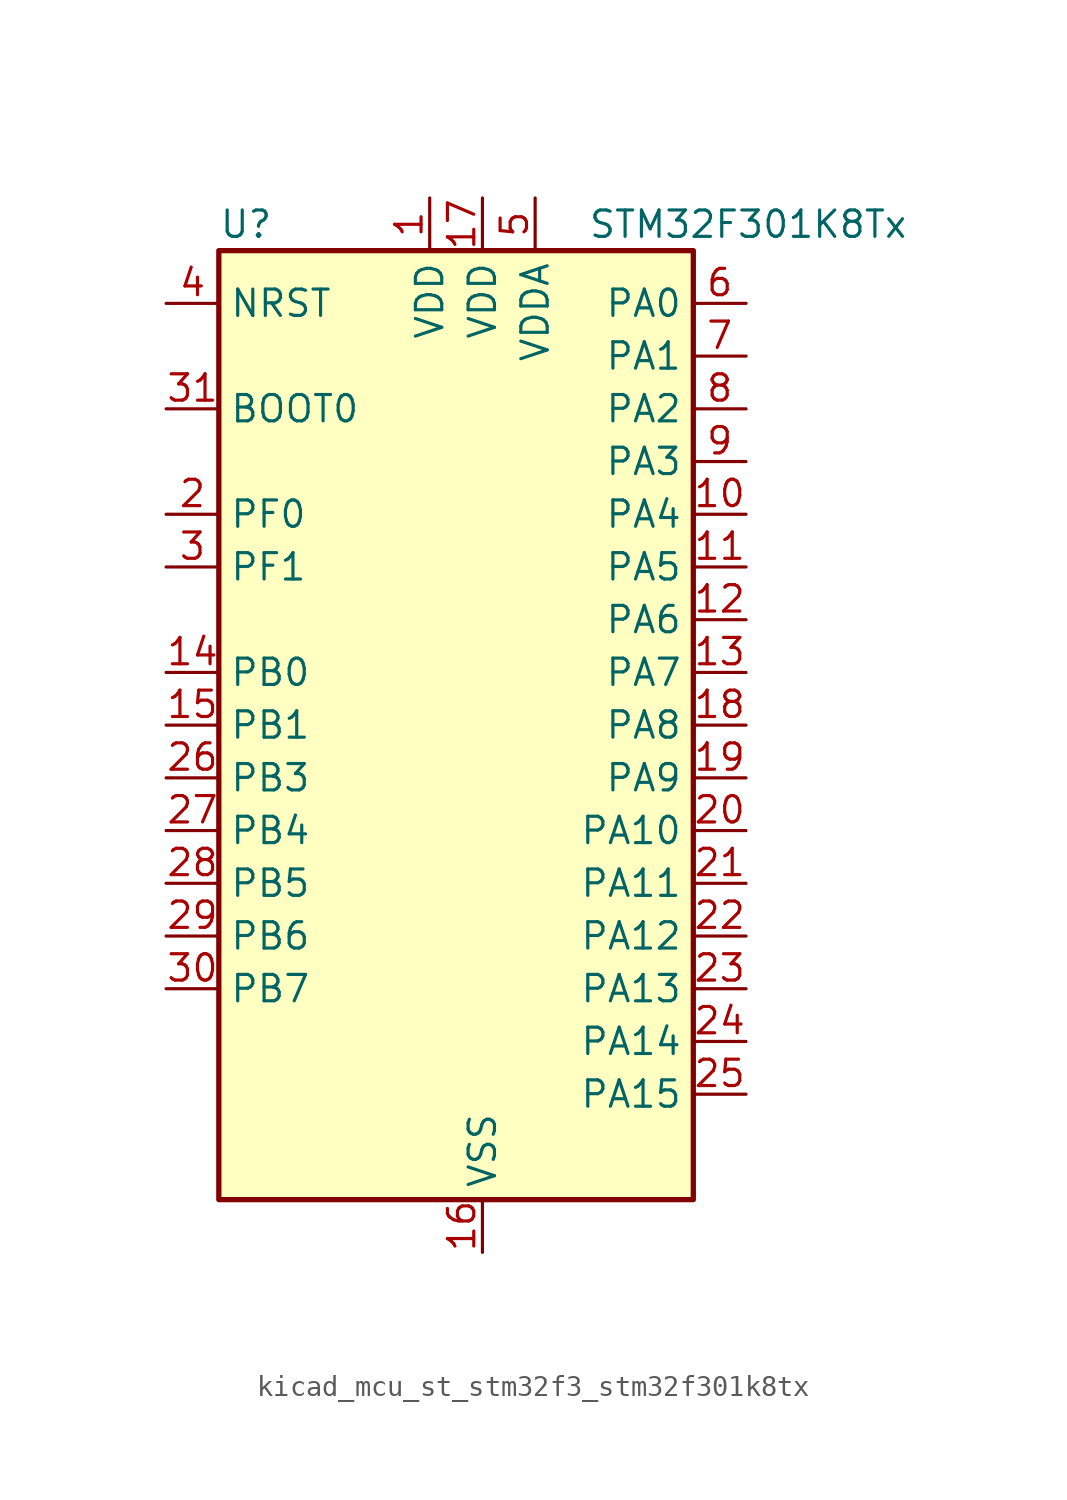
<source format=kicad_sym>
(kicad_symbol_lib
  (version 20220914)
  (generator kicad_symbol_editor)
  (symbol "kicad_mcu_st_stm32f3_stm32f301k8tx"
    (property "Reference" "U"
      (at -10.16 24.13 0)
      (effects (font (size 1.27 1.27)) (justify left)))
    (property "Value" "STM32F301K8Tx"
      (at 7.62 24.13 0)
      (effects (font (size 1.27 1.27)) (justify left)))
    (property "ki_locked" ""
      (at 0 0 0)
      (effects (font (size 1.27 1.27))))
    (symbol "kicad_mcu_st_stm32f3_stm32f301k8tx_0_1"
      (rectangle (start -10.16 -22.86) (end 12.7 22.86) (stroke (width 0.254) (type default)) (fill (type background))))
    (symbol "kicad_mcu_st_stm32f3_stm32f301k8tx_1_1"
      (pin power_in line (at 0 25.4 270) (length 2.54) (name "VDD" (effects (font (size 1.27 1.27)))) (number "1" (effects (font (size 1.27 1.27)))))
      (pin bidirectional line (at 15.24 10.16 180) (length 2.54) (name "PA4" (effects (font (size 1.27 1.27)))) (number "10" (effects (font (size 1.27 1.27)))) (alternate "ADC1_IN5" bidirectional line) (alternate "COMP2_INM" bidirectional line) (alternate "COMP4_INM" bidirectional line) (alternate "DAC_OUT1" bidirectional line) (alternate "I2S3_WS" bidirectional line) (alternate "SPI3_NSS" bidirectional line) (alternate "TSC_G2_IO1" bidirectional line) (alternate "USART2_CK" bidirectional line))
      (pin bidirectional line (at 15.24 7.62 180) (length 2.54) (name "PA5" (effects (font (size 1.27 1.27)))) (number "11" (effects (font (size 1.27 1.27)))) (alternate "OPAMP2_VINM" bidirectional line) (alternate "OPAMP2_VINM_SEC" bidirectional line) (alternate "TIM2_CH1" bidirectional line) (alternate "TIM2_ETR" bidirectional line) (alternate "TSC_G2_IO2" bidirectional line))
      (pin bidirectional line (at 15.24 5.08 180) (length 2.54) (name "PA6" (effects (font (size 1.27 1.27)))) (number "12" (effects (font (size 1.27 1.27)))) (alternate "ADC1_IN10" bidirectional line) (alternate "OPAMP2_VOUT" bidirectional line) (alternate "TIM16_CH1" bidirectional line) (alternate "TIM1_BKIN" bidirectional line) (alternate "TSC_G2_IO3" bidirectional line))
      (pin bidirectional line (at 15.24 2.54 180) (length 2.54) (name "PA7" (effects (font (size 1.27 1.27)))) (number "13" (effects (font (size 1.27 1.27)))) (alternate "ADC1_IN15" bidirectional line) (alternate "COMP2_INP" bidirectional line) (alternate "OPAMP2_VINP" bidirectional line) (alternate "OPAMP2_VINP_SEC" bidirectional line) (alternate "TIM17_CH1" bidirectional line) (alternate "TIM1_CH1N" bidirectional line) (alternate "TSC_G2_IO4" bidirectional line))
      (pin bidirectional line (at -12.7 2.54 0) (length 2.54) (name "PB0" (effects (font (size 1.27 1.27)))) (number "14" (effects (font (size 1.27 1.27)))) (alternate "ADC1_IN11" bidirectional line) (alternate "COMP4_INP" bidirectional line) (alternate "OPAMP2_VINP" bidirectional line) (alternate "OPAMP2_VINP_SEC" bidirectional line) (alternate "TIM1_CH2N" bidirectional line) (alternate "TSC_G3_IO2" bidirectional line))
      (pin bidirectional line (at -12.7 0 0) (length 2.54) (name "PB1" (effects (font (size 1.27 1.27)))) (number "15" (effects (font (size 1.27 1.27)))) (alternate "ADC1_IN12" bidirectional line) (alternate "COMP4_OUT" bidirectional line) (alternate "TIM1_CH3N" bidirectional line) (alternate "TSC_G3_IO3" bidirectional line))
      (pin power_in line (at 2.54 -25.4 90) (length 2.54) (name "VSS" (effects (font (size 1.27 1.27)))) (number "16" (effects (font (size 1.27 1.27)))))
      (pin power_in line (at 2.54 25.4 270) (length 2.54) (name "VDD" (effects (font (size 1.27 1.27)))) (number "17" (effects (font (size 1.27 1.27)))))
      (pin bidirectional line (at 15.24 0 180) (length 2.54) (name "PA8" (effects (font (size 1.27 1.27)))) (number "18" (effects (font (size 1.27 1.27)))) (alternate "I2C2_SMBA" bidirectional line) (alternate "I2C3_SCL" bidirectional line) (alternate "I2S2_MCK" bidirectional line) (alternate "RCC_MCO" bidirectional line) (alternate "TIM1_CH1" bidirectional line) (alternate "USART1_CK" bidirectional line))
      (pin bidirectional line (at 15.24 -2.54 180) (length 2.54) (name "PA9" (effects (font (size 1.27 1.27)))) (number "19" (effects (font (size 1.27 1.27)))) (alternate "DAC_EXTI9" bidirectional line) (alternate "I2C2_SCL" bidirectional line) (alternate "I2C3_SMBA" bidirectional line) (alternate "I2S3_MCK" bidirectional line) (alternate "TIM15_BKIN" bidirectional line) (alternate "TIM1_CH2" bidirectional line) (alternate "TIM2_CH3" bidirectional line) (alternate "TSC_G4_IO1" bidirectional line) (alternate "USART1_TX" bidirectional line))
      (pin bidirectional line (at -12.7 10.16 0) (length 2.54) (name "PF0" (effects (font (size 1.27 1.27)))) (number "2" (effects (font (size 1.27 1.27)))) (alternate "I2C2_SDA" bidirectional line) (alternate "I2S2_WS" bidirectional line) (alternate "RCC_OSC_IN" bidirectional line) (alternate "SPI2_NSS" bidirectional line) (alternate "TIM1_CH3N" bidirectional line))
      (pin bidirectional line (at 15.24 -5.08 180) (length 2.54) (name "PA10" (effects (font (size 1.27 1.27)))) (number "20" (effects (font (size 1.27 1.27)))) (alternate "I2C2_SDA" bidirectional line) (alternate "I2S2_ext_SD" bidirectional line) (alternate "SPI2_MISO" bidirectional line) (alternate "TIM17_BKIN" bidirectional line) (alternate "TIM1_CH3" bidirectional line) (alternate "TIM2_CH4" bidirectional line) (alternate "TSC_G4_IO2" bidirectional line) (alternate "USART1_RX" bidirectional line))
      (pin bidirectional line (at 15.24 -7.62 180) (length 2.54) (name "PA11" (effects (font (size 1.27 1.27)))) (number "21" (effects (font (size 1.27 1.27)))) (alternate "ADC1_EXTI11" bidirectional line) (alternate "I2S2_SD" bidirectional line) (alternate "SPI2_MOSI" bidirectional line) (alternate "TIM1_BKIN2" bidirectional line) (alternate "TIM1_CH1N" bidirectional line) (alternate "TIM1_CH4" bidirectional line) (alternate "USART1_CTS" bidirectional line))
      (pin bidirectional line (at 15.24 -10.16 180) (length 2.54) (name "PA12" (effects (font (size 1.27 1.27)))) (number "22" (effects (font (size 1.27 1.27)))) (alternate "COMP2_OUT" bidirectional line) (alternate "I2S_CKIN" bidirectional line) (alternate "TIM16_CH1" bidirectional line) (alternate "TIM1_CH2N" bidirectional line) (alternate "TIM1_ETR" bidirectional line) (alternate "USART1_DE" bidirectional line) (alternate "USART1_RTS" bidirectional line))
      (pin bidirectional line (at 15.24 -12.7 180) (length 2.54) (name "PA13" (effects (font (size 1.27 1.27)))) (number "23" (effects (font (size 1.27 1.27)))) (alternate "IR_OUT" bidirectional line) (alternate "SYS_JTMS-SWDIO" bidirectional line) (alternate "TIM16_CH1N" bidirectional line) (alternate "TSC_G4_IO3" bidirectional line))
      (pin bidirectional line (at 15.24 -15.24 180) (length 2.54) (name "PA14" (effects (font (size 1.27 1.27)))) (number "24" (effects (font (size 1.27 1.27)))) (alternate "I2C1_SDA" bidirectional line) (alternate "SYS_JTCK-SWCLK" bidirectional line) (alternate "TIM1_BKIN" bidirectional line) (alternate "TSC_G4_IO4" bidirectional line) (alternate "USART2_TX" bidirectional line))
      (pin bidirectional line (at 15.24 -17.78 180) (length 2.54) (name "PA15" (effects (font (size 1.27 1.27)))) (number "25" (effects (font (size 1.27 1.27)))) (alternate "ADC1_EXTI15" bidirectional line) (alternate "I2C1_SCL" bidirectional line) (alternate "I2S3_WS" bidirectional line) (alternate "SPI3_NSS" bidirectional line) (alternate "SYS_JTDI" bidirectional line) (alternate "TIM1_BKIN" bidirectional line) (alternate "TIM2_CH1" bidirectional line) (alternate "TIM2_ETR" bidirectional line) (alternate "TSC_SYNC" bidirectional line) (alternate "USART2_RX" bidirectional line))
      (pin bidirectional line (at -12.7 -2.54 0) (length 2.54) (name "PB3" (effects (font (size 1.27 1.27)))) (number "26" (effects (font (size 1.27 1.27)))) (alternate "I2S3_CK" bidirectional line) (alternate "SPI3_SCK" bidirectional line) (alternate "SYS_JTDO-TRACESWO" bidirectional line) (alternate "TIM2_CH2" bidirectional line) (alternate "TSC_G5_IO1" bidirectional line) (alternate "USART2_TX" bidirectional line))
      (pin bidirectional line (at -12.7 -5.08 0) (length 2.54) (name "PB4" (effects (font (size 1.27 1.27)))) (number "27" (effects (font (size 1.27 1.27)))) (alternate "I2S3_ext_SD" bidirectional line) (alternate "SPI3_MISO" bidirectional line) (alternate "SYS_NJTRST" bidirectional line) (alternate "TIM16_CH1" bidirectional line) (alternate "TIM17_BKIN" bidirectional line) (alternate "TSC_G5_IO2" bidirectional line) (alternate "USART2_RX" bidirectional line))
      (pin bidirectional line (at -12.7 -7.62 0) (length 2.54) (name "PB5" (effects (font (size 1.27 1.27)))) (number "28" (effects (font (size 1.27 1.27)))) (alternate "I2C1_SMBA" bidirectional line) (alternate "I2C3_SDA" bidirectional line) (alternate "I2S3_SD" bidirectional line) (alternate "SPI3_MOSI" bidirectional line) (alternate "TIM16_BKIN" bidirectional line) (alternate "TIM17_CH1" bidirectional line) (alternate "USART2_CK" bidirectional line))
      (pin bidirectional line (at -12.7 -10.16 0) (length 2.54) (name "PB6" (effects (font (size 1.27 1.27)))) (number "29" (effects (font (size 1.27 1.27)))) (alternate "I2C1_SCL" bidirectional line) (alternate "TIM16_CH1N" bidirectional line) (alternate "TSC_G5_IO3" bidirectional line) (alternate "USART1_TX" bidirectional line))
      (pin bidirectional line (at -12.7 7.62 0) (length 2.54) (name "PF1" (effects (font (size 1.27 1.27)))) (number "3" (effects (font (size 1.27 1.27)))) (alternate "I2C2_SCL" bidirectional line) (alternate "I2S2_CK" bidirectional line) (alternate "RCC_OSC_OUT" bidirectional line) (alternate "SPI2_SCK" bidirectional line))
      (pin bidirectional line (at -12.7 -12.7 0) (length 2.54) (name "PB7" (effects (font (size 1.27 1.27)))) (number "30" (effects (font (size 1.27 1.27)))) (alternate "I2C1_SDA" bidirectional line) (alternate "TIM17_CH1N" bidirectional line) (alternate "TSC_G5_IO4" bidirectional line) (alternate "USART1_RX" bidirectional line))
      (pin input line (at -12.7 15.24 0) (length 2.54) (name "BOOT0" (effects (font (size 1.27 1.27)))) (number "31" (effects (font (size 1.27 1.27)))))
      (pin passive line (at 2.54 -25.4 90) (length 2.54) hide (name "VSS" (effects (font (size 1.27 1.27)))) (number "32" (effects (font (size 1.27 1.27)))))
      (pin input line (at -12.7 20.32 0) (length 2.54) (name "NRST" (effects (font (size 1.27 1.27)))) (number "4" (effects (font (size 1.27 1.27)))))
      (pin power_in line (at 5.08 25.4 270) (length 2.54) (name "VDDA" (effects (font (size 1.27 1.27)))) (number "5" (effects (font (size 1.27 1.27)))))
      (pin bidirectional line (at 15.24 20.32 180) (length 2.54) (name "PA0" (effects (font (size 1.27 1.27)))) (number "6" (effects (font (size 1.27 1.27)))) (alternate "ADC1_IN1" bidirectional line) (alternate "RTC_TAMP2" bidirectional line) (alternate "SYS_WKUP1" bidirectional line) (alternate "TIM2_CH1" bidirectional line) (alternate "TIM2_ETR" bidirectional line) (alternate "TSC_G1_IO1" bidirectional line) (alternate "USART2_CTS" bidirectional line))
      (pin bidirectional line (at 15.24 17.78 180) (length 2.54) (name "PA1" (effects (font (size 1.27 1.27)))) (number "7" (effects (font (size 1.27 1.27)))) (alternate "ADC1_IN2" bidirectional line) (alternate "RTC_REFIN" bidirectional line) (alternate "TIM15_CH1N" bidirectional line) (alternate "TIM2_CH2" bidirectional line) (alternate "TSC_G1_IO2" bidirectional line) (alternate "USART2_DE" bidirectional line) (alternate "USART2_RTS" bidirectional line))
      (pin bidirectional line (at 15.24 15.24 180) (length 2.54) (name "PA2" (effects (font (size 1.27 1.27)))) (number "8" (effects (font (size 1.27 1.27)))) (alternate "ADC1_IN3" bidirectional line) (alternate "COMP2_INM" bidirectional line) (alternate "COMP2_OUT" bidirectional line) (alternate "TIM15_CH1" bidirectional line) (alternate "TIM2_CH3" bidirectional line) (alternate "TSC_G1_IO3" bidirectional line) (alternate "USART2_TX" bidirectional line))
      (pin bidirectional line (at 15.24 12.7 180) (length 2.54) (name "PA3" (effects (font (size 1.27 1.27)))) (number "9" (effects (font (size 1.27 1.27)))) (alternate "ADC1_IN4" bidirectional line) (alternate "TIM15_CH2" bidirectional line) (alternate "TIM2_CH4" bidirectional line) (alternate "TSC_G1_IO4" bidirectional line) (alternate "USART2_RX" bidirectional line)))))
</source>
